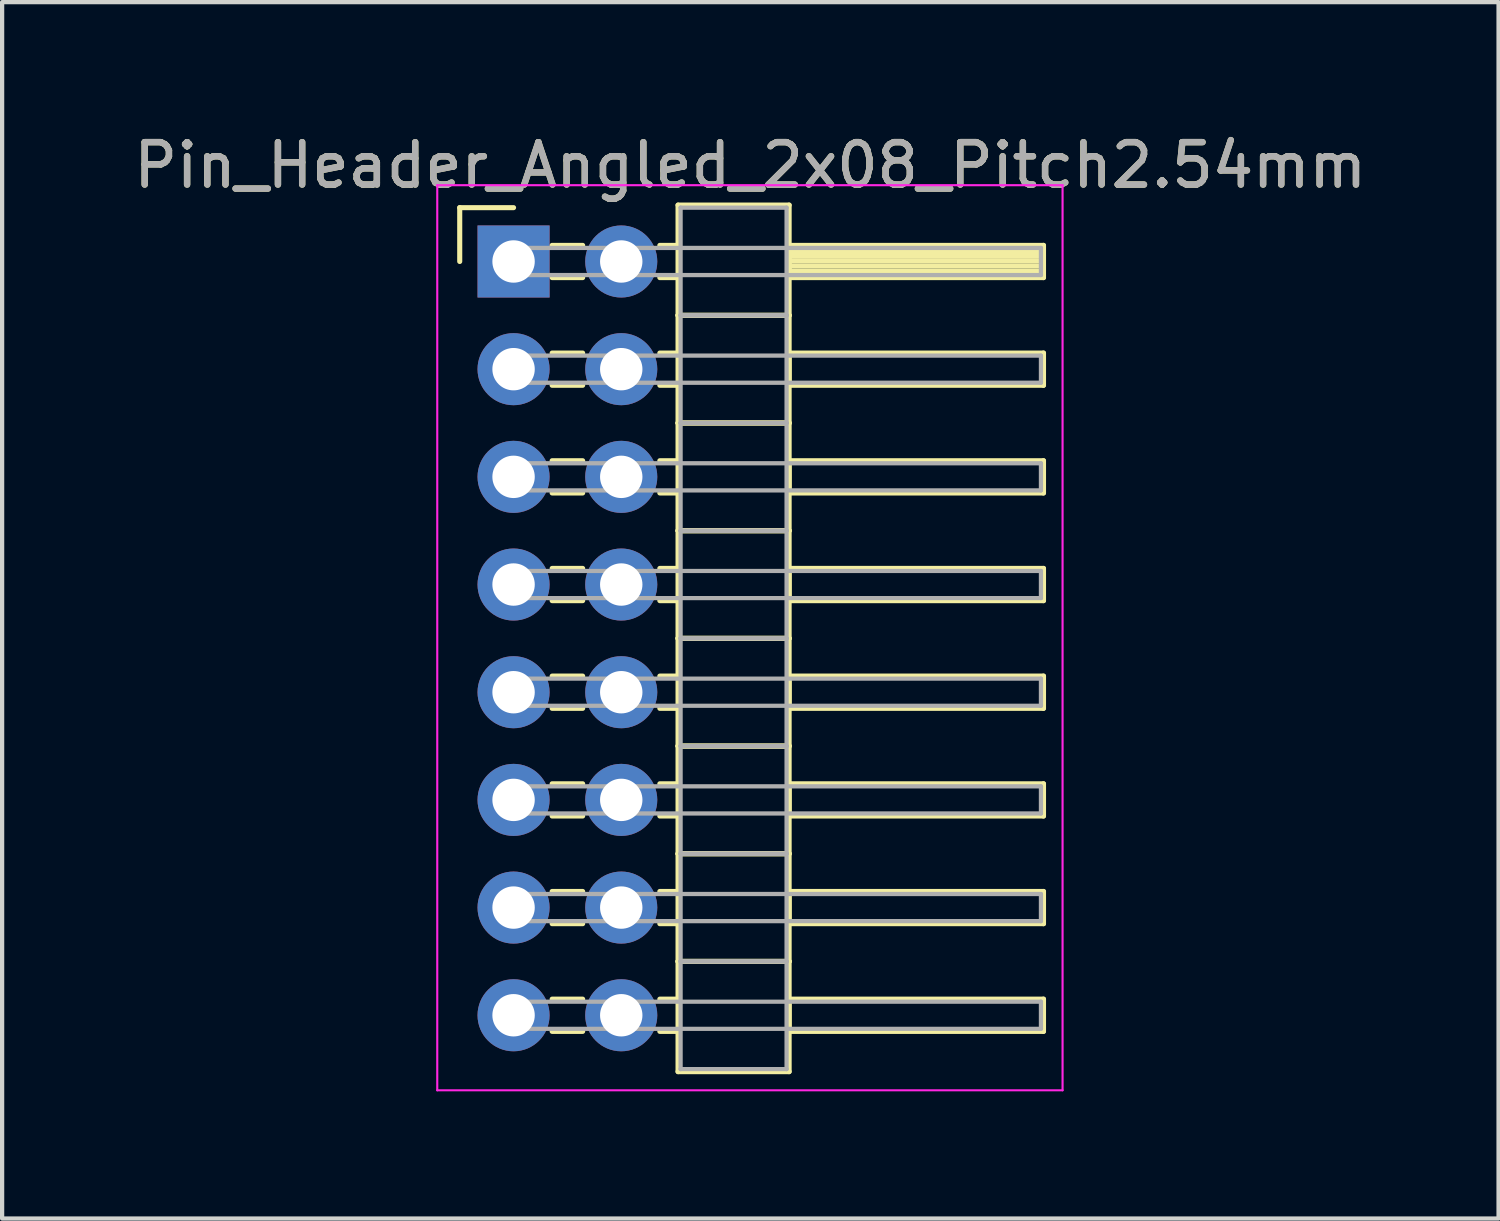
<source format=kicad_pcb>
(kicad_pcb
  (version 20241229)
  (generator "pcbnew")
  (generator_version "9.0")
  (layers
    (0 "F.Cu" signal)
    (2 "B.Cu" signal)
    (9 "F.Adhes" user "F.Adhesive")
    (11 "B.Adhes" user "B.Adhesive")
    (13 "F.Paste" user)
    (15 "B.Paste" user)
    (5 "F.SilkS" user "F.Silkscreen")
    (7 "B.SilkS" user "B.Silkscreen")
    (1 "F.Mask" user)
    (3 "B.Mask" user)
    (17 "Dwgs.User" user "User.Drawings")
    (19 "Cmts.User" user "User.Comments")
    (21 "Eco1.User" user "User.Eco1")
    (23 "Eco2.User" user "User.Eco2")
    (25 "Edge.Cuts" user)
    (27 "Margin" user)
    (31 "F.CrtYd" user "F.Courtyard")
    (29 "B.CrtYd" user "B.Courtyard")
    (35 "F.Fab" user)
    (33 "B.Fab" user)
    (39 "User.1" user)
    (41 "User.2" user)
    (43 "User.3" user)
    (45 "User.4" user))
  (footprint "Pin_Header_Angled_2x08_Pitch2.54mm"
    (layer "F.Cu")
    (at 9.064 3.118)
    (property "Reference" "Pin_Header_Angled_2x08_Pitch2.54mm" (at 5.585 -2.27 0) (layer "F.SilkS") (effects (font (size 1 1) (thickness 0.15))))
    (attr through_hole)
    (fp_line (start -1.27 -1.27) (end 0 -1.27) (stroke (width 0.12) (type solid)) (layer "F.SilkS"))
    (fp_line (start -1.27 0) (end -1.27 -1.27) (stroke (width 0.12) (type solid)) (layer "F.SilkS"))
    (fp_line (start 0.91 -0.38) (end 1.63 -0.38) (stroke (width 0.12) (type solid)) (layer "F.SilkS"))
    (fp_line (start 0.91 0.38) (end 1.63 0.38) (stroke (width 0.12) (type solid)) (layer "F.SilkS"))
    (fp_line (start 0.91 2.16) (end 1.63 2.16) (stroke (width 0.12) (type solid)) (layer "F.SilkS"))
    (fp_line (start 0.91 2.92) (end 1.63 2.92) (stroke (width 0.12) (type solid)) (layer "F.SilkS"))
    (fp_line (start 0.91 4.7) (end 1.63 4.7) (stroke (width 0.12) (type solid)) (layer "F.SilkS"))
    (fp_line (start 0.91 5.46) (end 1.63 5.46) (stroke (width 0.12) (type solid)) (layer "F.SilkS"))
    (fp_line (start 0.91 7.24) (end 1.63 7.24) (stroke (width 0.12) (type solid)) (layer "F.SilkS"))
    (fp_line (start 0.91 8) (end 1.63 8) (stroke (width 0.12) (type solid)) (layer "F.SilkS"))
    (fp_line (start 0.91 9.78) (end 1.63 9.78) (stroke (width 0.12) (type solid)) (layer "F.SilkS"))
    (fp_line (start 0.91 10.54) (end 1.63 10.54) (stroke (width 0.12) (type solid)) (layer "F.SilkS"))
    (fp_line (start 0.91 12.32) (end 1.63 12.32) (stroke (width 0.12) (type solid)) (layer "F.SilkS"))
    (fp_line (start 0.91 13.08) (end 1.63 13.08) (stroke (width 0.12) (type solid)) (layer "F.SilkS"))
    (fp_line (start 0.91 14.86) (end 1.63 14.86) (stroke (width 0.12) (type solid)) (layer "F.SilkS"))
    (fp_line (start 0.91 15.62) (end 1.63 15.62) (stroke (width 0.12) (type solid)) (layer "F.SilkS"))
    (fp_line (start 0.91 17.4) (end 1.63 17.4) (stroke (width 0.12) (type solid)) (layer "F.SilkS"))
    (fp_line (start 0.91 18.16) (end 1.63 18.16) (stroke (width 0.12) (type solid)) (layer "F.SilkS"))
    (fp_line (start 3.45 -0.38) (end 3.88 -0.38) (stroke (width 0.12) (type solid)) (layer "F.SilkS"))
    (fp_line (start 3.45 0.38) (end 3.88 0.38) (stroke (width 0.12) (type solid)) (layer "F.SilkS"))
    (fp_line (start 3.45 2.16) (end 3.88 2.16) (stroke (width 0.12) (type solid)) (layer "F.SilkS"))
    (fp_line (start 3.45 2.92) (end 3.88 2.92) (stroke (width 0.12) (type solid)) (layer "F.SilkS"))
    (fp_line (start 3.45 4.7) (end 3.88 4.7) (stroke (width 0.12) (type solid)) (layer "F.SilkS"))
    (fp_line (start 3.45 5.46) (end 3.88 5.46) (stroke (width 0.12) (type solid)) (layer "F.SilkS"))
    (fp_line (start 3.45 7.24) (end 3.88 7.24) (stroke (width 0.12) (type solid)) (layer "F.SilkS"))
    (fp_line (start 3.45 8) (end 3.88 8) (stroke (width 0.12) (type solid)) (layer "F.SilkS"))
    (fp_line (start 3.45 9.78) (end 3.88 9.78) (stroke (width 0.12) (type solid)) (layer "F.SilkS"))
    (fp_line (start 3.45 10.54) (end 3.88 10.54) (stroke (width 0.12) (type solid)) (layer "F.SilkS"))
    (fp_line (start 3.45 12.32) (end 3.88 12.32) (stroke (width 0.12) (type solid)) (layer "F.SilkS"))
    (fp_line (start 3.45 13.08) (end 3.88 13.08) (stroke (width 0.12) (type solid)) (layer "F.SilkS"))
    (fp_line (start 3.45 14.86) (end 3.88 14.86) (stroke (width 0.12) (type solid)) (layer "F.SilkS"))
    (fp_line (start 3.45 15.62) (end 3.88 15.62) (stroke (width 0.12) (type solid)) (layer "F.SilkS"))
    (fp_line (start 3.45 17.4) (end 3.88 17.4) (stroke (width 0.12) (type solid)) (layer "F.SilkS"))
    (fp_line (start 3.45 18.16) (end 3.88 18.16) (stroke (width 0.12) (type solid)) (layer "F.SilkS"))
    (fp_line (start 3.88 -1.33) (end 3.88 1.27) (stroke (width 0.12) (type solid)) (layer "F.SilkS"))
    (fp_line (start 3.88 1.27) (end 3.88 3.81) (stroke (width 0.12) (type solid)) (layer "F.SilkS"))
    (fp_line (start 3.88 1.27) (end 6.5 1.27) (stroke (width 0.12) (type solid)) (layer "F.SilkS"))
    (fp_line (start 3.88 3.81) (end 3.88 6.35) (stroke (width 0.12) (type solid)) (layer "F.SilkS"))
    (fp_line (start 3.88 3.81) (end 6.5 3.81) (stroke (width 0.12) (type solid)) (layer "F.SilkS"))
    (fp_line (start 3.88 6.35) (end 3.88 8.89) (stroke (width 0.12) (type solid)) (layer "F.SilkS"))
    (fp_line (start 3.88 6.35) (end 6.5 6.35) (stroke (width 0.12) (type solid)) (layer "F.SilkS"))
    (fp_line (start 3.88 8.89) (end 3.88 11.43) (stroke (width 0.12) (type solid)) (layer "F.SilkS"))
    (fp_line (start 3.88 8.89) (end 6.5 8.89) (stroke (width 0.12) (type solid)) (layer "F.SilkS"))
    (fp_line (start 3.88 11.43) (end 3.88 13.97) (stroke (width 0.12) (type solid)) (layer "F.SilkS"))
    (fp_line (start 3.88 11.43) (end 6.5 11.43) (stroke (width 0.12) (type solid)) (layer "F.SilkS"))
    (fp_line (start 3.88 13.97) (end 3.88 16.51) (stroke (width 0.12) (type solid)) (layer "F.SilkS"))
    (fp_line (start 3.88 13.97) (end 6.5 13.97) (stroke (width 0.12) (type solid)) (layer "F.SilkS"))
    (fp_line (start 3.88 16.51) (end 3.88 19.11) (stroke (width 0.12) (type solid)) (layer "F.SilkS"))
    (fp_line (start 3.88 16.51) (end 6.5 16.51) (stroke (width 0.12) (type solid)) (layer "F.SilkS"))
    (fp_line (start 3.88 19.11) (end 6.5 19.11) (stroke (width 0.12) (type solid)) (layer "F.SilkS"))
    (fp_line (start 6.5 -1.33) (end 3.88 -1.33) (stroke (width 0.12) (type solid)) (layer "F.SilkS"))
    (fp_line (start 6.5 -0.38) (end 6.5 0.38) (stroke (width 0.12) (type solid)) (layer "F.SilkS"))
    (fp_line (start 6.5 -0.26) (end 12.5 -0.26) (stroke (width 0.12) (type solid)) (layer "F.SilkS"))
    (fp_line (start 6.5 -0.14) (end 12.5 -0.14) (stroke (width 0.12) (type solid)) (layer "F.SilkS"))
    (fp_line (start 6.5 -0.02) (end 12.5 -0.02) (stroke (width 0.12) (type solid)) (layer "F.SilkS"))
    (fp_line (start 6.5 0.1) (end 12.5 0.1) (stroke (width 0.12) (type solid)) (layer "F.SilkS"))
    (fp_line (start 6.5 0.22) (end 12.5 0.22) (stroke (width 0.12) (type solid)) (layer "F.SilkS"))
    (fp_line (start 6.5 0.34) (end 12.5 0.34) (stroke (width 0.12) (type solid)) (layer "F.SilkS"))
    (fp_line (start 6.5 0.38) (end 12.5 0.38) (stroke (width 0.12) (type solid)) (layer "F.SilkS"))
    (fp_line (start 6.5 1.27) (end 3.88 1.27) (stroke (width 0.12) (type solid)) (layer "F.SilkS"))
    (fp_line (start 6.5 1.27) (end 6.5 -1.33) (stroke (width 0.12) (type solid)) (layer "F.SilkS"))
    (fp_line (start 6.5 2.16) (end 6.5 2.92) (stroke (width 0.12) (type solid)) (layer "F.SilkS"))
    (fp_line (start 6.5 2.92) (end 12.5 2.92) (stroke (width 0.12) (type solid)) (layer "F.SilkS"))
    (fp_line (start 6.5 3.81) (end 3.88 3.81) (stroke (width 0.12) (type solid)) (layer "F.SilkS"))
    (fp_line (start 6.5 3.81) (end 6.5 1.27) (stroke (width 0.12) (type solid)) (layer "F.SilkS"))
    (fp_line (start 6.5 4.7) (end 6.5 5.46) (stroke (width 0.12) (type solid)) (layer "F.SilkS"))
    (fp_line (start 6.5 5.46) (end 12.5 5.46) (stroke (width 0.12) (type solid)) (layer "F.SilkS"))
    (fp_line (start 6.5 6.35) (end 3.88 6.35) (stroke (width 0.12) (type solid)) (layer "F.SilkS"))
    (fp_line (start 6.5 6.35) (end 6.5 3.81) (stroke (width 0.12) (type solid)) (layer "F.SilkS"))
    (fp_line (start 6.5 7.24) (end 6.5 8) (stroke (width 0.12) (type solid)) (layer "F.SilkS"))
    (fp_line (start 6.5 8) (end 12.5 8) (stroke (width 0.12) (type solid)) (layer "F.SilkS"))
    (fp_line (start 6.5 8.89) (end 3.88 8.89) (stroke (width 0.12) (type solid)) (layer "F.SilkS"))
    (fp_line (start 6.5 8.89) (end 6.5 6.35) (stroke (width 0.12) (type solid)) (layer "F.SilkS"))
    (fp_line (start 6.5 9.78) (end 6.5 10.54) (stroke (width 0.12) (type solid)) (layer "F.SilkS"))
    (fp_line (start 6.5 10.54) (end 12.5 10.54) (stroke (width 0.12) (type solid)) (layer "F.SilkS"))
    (fp_line (start 6.5 11.43) (end 3.88 11.43) (stroke (width 0.12) (type solid)) (layer "F.SilkS"))
    (fp_line (start 6.5 11.43) (end 6.5 8.89) (stroke (width 0.12) (type solid)) (layer "F.SilkS"))
    (fp_line (start 6.5 12.32) (end 6.5 13.08) (stroke (width 0.12) (type solid)) (layer "F.SilkS"))
    (fp_line (start 6.5 13.08) (end 12.5 13.08) (stroke (width 0.12) (type solid)) (layer "F.SilkS"))
    (fp_line (start 6.5 13.97) (end 3.88 13.97) (stroke (width 0.12) (type solid)) (layer "F.SilkS"))
    (fp_line (start 6.5 13.97) (end 6.5 11.43) (stroke (width 0.12) (type solid)) (layer "F.SilkS"))
    (fp_line (start 6.5 14.86) (end 6.5 15.62) (stroke (width 0.12) (type solid)) (layer "F.SilkS"))
    (fp_line (start 6.5 15.62) (end 12.5 15.62) (stroke (width 0.12) (type solid)) (layer "F.SilkS"))
    (fp_line (start 6.5 16.51) (end 3.88 16.51) (stroke (width 0.12) (type solid)) (layer "F.SilkS"))
    (fp_line (start 6.5 16.51) (end 6.5 13.97) (stroke (width 0.12) (type solid)) (layer "F.SilkS"))
    (fp_line (start 6.5 17.4) (end 6.5 18.16) (stroke (width 0.12) (type solid)) (layer "F.SilkS"))
    (fp_line (start 6.5 18.16) (end 12.5 18.16) (stroke (width 0.12) (type solid)) (layer "F.SilkS"))
    (fp_line (start 6.5 19.11) (end 6.5 16.51) (stroke (width 0.12) (type solid)) (layer "F.SilkS"))
    (fp_line (start 12.5 -0.38) (end 6.5 -0.38) (stroke (width 0.12) (type solid)) (layer "F.SilkS"))
    (fp_line (start 12.5 0.38) (end 12.5 -0.38) (stroke (width 0.12) (type solid)) (layer "F.SilkS"))
    (fp_line (start 12.5 2.16) (end 6.5 2.16) (stroke (width 0.12) (type solid)) (layer "F.SilkS"))
    (fp_line (start 12.5 2.92) (end 12.5 2.16) (stroke (width 0.12) (type solid)) (layer "F.SilkS"))
    (fp_line (start 12.5 4.7) (end 6.5 4.7) (stroke (width 0.12) (type solid)) (layer "F.SilkS"))
    (fp_line (start 12.5 5.46) (end 12.5 4.7) (stroke (width 0.12) (type solid)) (layer "F.SilkS"))
    (fp_line (start 12.5 7.24) (end 6.5 7.24) (stroke (width 0.12) (type solid)) (layer "F.SilkS"))
    (fp_line (start 12.5 8) (end 12.5 7.24) (stroke (width 0.12) (type solid)) (layer "F.SilkS"))
    (fp_line (start 12.5 9.78) (end 6.5 9.78) (stroke (width 0.12) (type solid)) (layer "F.SilkS"))
    (fp_line (start 12.5 10.54) (end 12.5 9.78) (stroke (width 0.12) (type solid)) (layer "F.SilkS"))
    (fp_line (start 12.5 12.32) (end 6.5 12.32) (stroke (width 0.12) (type solid)) (layer "F.SilkS"))
    (fp_line (start 12.5 13.08) (end 12.5 12.32) (stroke (width 0.12) (type solid)) (layer "F.SilkS"))
    (fp_line (start 12.5 14.86) (end 6.5 14.86) (stroke (width 0.12) (type solid)) (layer "F.SilkS"))
    (fp_line (start 12.5 15.62) (end 12.5 14.86) (stroke (width 0.12) (type solid)) (layer "F.SilkS"))
    (fp_line (start 12.5 17.4) (end 6.5 17.4) (stroke (width 0.12) (type solid)) (layer "F.SilkS"))
    (fp_line (start 12.5 18.16) (end 12.5 17.4) (stroke (width 0.12) (type solid)) (layer "F.SilkS"))
    (fp_line (start -1.8 -1.8) (end -1.8 19.55) (stroke (width 0.05) (type solid)) (layer "F.CrtYd"))
    (fp_line (start -1.8 19.55) (end 12.95 19.55) (stroke (width 0.05) (type solid)) (layer "F.CrtYd"))
    (fp_line (start 12.95 -1.8) (end -1.8 -1.8) (stroke (width 0.05) (type solid)) (layer "F.CrtYd"))
    (fp_line (start 12.95 19.55) (end 12.95 -1.8) (stroke (width 0.05) (type solid)) (layer "F.CrtYd"))
    (fp_line (start 0 -0.32) (end 0 0.32) (stroke (width 0.1) (type solid)) (layer "F.Fab"))
    (fp_line (start 0 0.32) (end 12.44 0.32) (stroke (width 0.1) (type solid)) (layer "F.Fab"))
    (fp_line (start 0 2.22) (end 0 2.86) (stroke (width 0.1) (type solid)) (layer "F.Fab"))
    (fp_line (start 0 2.86) (end 12.44 2.86) (stroke (width 0.1) (type solid)) (layer "F.Fab"))
    (fp_line (start 0 4.76) (end 0 5.4) (stroke (width 0.1) (type solid)) (layer "F.Fab"))
    (fp_line (start 0 5.4) (end 12.44 5.4) (stroke (width 0.1) (type solid)) (layer "F.Fab"))
    (fp_line (start 0 7.3) (end 0 7.94) (stroke (width 0.1) (type solid)) (layer "F.Fab"))
    (fp_line (start 0 7.94) (end 12.44 7.94) (stroke (width 0.1) (type solid)) (layer "F.Fab"))
    (fp_line (start 0 9.84) (end 0 10.48) (stroke (width 0.1) (type solid)) (layer "F.Fab"))
    (fp_line (start 0 10.48) (end 12.44 10.48) (stroke (width 0.1) (type solid)) (layer "F.Fab"))
    (fp_line (start 0 12.38) (end 0 13.02) (stroke (width 0.1) (type solid)) (layer "F.Fab"))
    (fp_line (start 0 13.02) (end 12.44 13.02) (stroke (width 0.1) (type solid)) (layer "F.Fab"))
    (fp_line (start 0 14.92) (end 0 15.56) (stroke (width 0.1) (type solid)) (layer "F.Fab"))
    (fp_line (start 0 15.56) (end 12.44 15.56) (stroke (width 0.1) (type solid)) (layer "F.Fab"))
    (fp_line (start 0 17.46) (end 0 18.1) (stroke (width 0.1) (type solid)) (layer "F.Fab"))
    (fp_line (start 0 18.1) (end 12.44 18.1) (stroke (width 0.1) (type solid)) (layer "F.Fab"))
    (fp_line (start 3.94 -1.27) (end 3.94 1.27) (stroke (width 0.1) (type solid)) (layer "F.Fab"))
    (fp_line (start 3.94 1.27) (end 3.94 3.81) (stroke (width 0.1) (type solid)) (layer "F.Fab"))
    (fp_line (start 3.94 1.27) (end 6.44 1.27) (stroke (width 0.1) (type solid)) (layer "F.Fab"))
    (fp_line (start 3.94 3.81) (end 3.94 6.35) (stroke (width 0.1) (type solid)) (layer "F.Fab"))
    (fp_line (start 3.94 3.81) (end 6.44 3.81) (stroke (width 0.1) (type solid)) (layer "F.Fab"))
    (fp_line (start 3.94 6.35) (end 3.94 8.89) (stroke (width 0.1) (type solid)) (layer "F.Fab"))
    (fp_line (start 3.94 6.35) (end 6.44 6.35) (stroke (width 0.1) (type solid)) (layer "F.Fab"))
    (fp_line (start 3.94 8.89) (end 3.94 11.43) (stroke (width 0.1) (type solid)) (layer "F.Fab"))
    (fp_line (start 3.94 8.89) (end 6.44 8.89) (stroke (width 0.1) (type solid)) (layer "F.Fab"))
    (fp_line (start 3.94 11.43) (end 3.94 13.97) (stroke (width 0.1) (type solid)) (layer "F.Fab"))
    (fp_line (start 3.94 11.43) (end 6.44 11.43) (stroke (width 0.1) (type solid)) (layer "F.Fab"))
    (fp_line (start 3.94 13.97) (end 3.94 16.51) (stroke (width 0.1) (type solid)) (layer "F.Fab"))
    (fp_line (start 3.94 13.97) (end 6.44 13.97) (stroke (width 0.1) (type solid)) (layer "F.Fab"))
    (fp_line (start 3.94 16.51) (end 3.94 19.05) (stroke (width 0.1) (type solid)) (layer "F.Fab"))
    (fp_line (start 3.94 16.51) (end 6.44 16.51) (stroke (width 0.1) (type solid)) (layer "F.Fab"))
    (fp_line (start 3.94 19.05) (end 6.44 19.05) (stroke (width 0.1) (type solid)) (layer "F.Fab"))
    (fp_line (start 6.44 -1.27) (end 3.94 -1.27) (stroke (width 0.1) (type solid)) (layer "F.Fab"))
    (fp_line (start 6.44 1.27) (end 3.94 1.27) (stroke (width 0.1) (type solid)) (layer "F.Fab"))
    (fp_line (start 6.44 1.27) (end 6.44 -1.27) (stroke (width 0.1) (type solid)) (layer "F.Fab"))
    (fp_line (start 6.44 3.81) (end 3.94 3.81) (stroke (width 0.1) (type solid)) (layer "F.Fab"))
    (fp_line (start 6.44 3.81) (end 6.44 1.27) (stroke (width 0.1) (type solid)) (layer "F.Fab"))
    (fp_line (start 6.44 6.35) (end 3.94 6.35) (stroke (width 0.1) (type solid)) (layer "F.Fab"))
    (fp_line (start 6.44 6.35) (end 6.44 3.81) (stroke (width 0.1) (type solid)) (layer "F.Fab"))
    (fp_line (start 6.44 8.89) (end 3.94 8.89) (stroke (width 0.1) (type solid)) (layer "F.Fab"))
    (fp_line (start 6.44 8.89) (end 6.44 6.35) (stroke (width 0.1) (type solid)) (layer "F.Fab"))
    (fp_line (start 6.44 11.43) (end 3.94 11.43) (stroke (width 0.1) (type solid)) (layer "F.Fab"))
    (fp_line (start 6.44 11.43) (end 6.44 8.89) (stroke (width 0.1) (type solid)) (layer "F.Fab"))
    (fp_line (start 6.44 13.97) (end 3.94 13.97) (stroke (width 0.1) (type solid)) (layer "F.Fab"))
    (fp_line (start 6.44 13.97) (end 6.44 11.43) (stroke (width 0.1) (type solid)) (layer "F.Fab"))
    (fp_line (start 6.44 16.51) (end 3.94 16.51) (stroke (width 0.1) (type solid)) (layer "F.Fab"))
    (fp_line (start 6.44 16.51) (end 6.44 13.97) (stroke (width 0.1) (type solid)) (layer "F.Fab"))
    (fp_line (start 6.44 19.05) (end 6.44 16.51) (stroke (width 0.1) (type solid)) (layer "F.Fab"))
    (fp_line (start 12.44 -0.32) (end 0 -0.32) (stroke (width 0.1) (type solid)) (layer "F.Fab"))
    (fp_line (start 12.44 0.32) (end 12.44 -0.32) (stroke (width 0.1) (type solid)) (layer "F.Fab"))
    (fp_line (start 12.44 2.22) (end 0 2.22) (stroke (width 0.1) (type solid)) (layer "F.Fab"))
    (fp_line (start 12.44 2.86) (end 12.44 2.22) (stroke (width 0.1) (type solid)) (layer "F.Fab"))
    (fp_line (start 12.44 4.76) (end 0 4.76) (stroke (width 0.1) (type solid)) (layer "F.Fab"))
    (fp_line (start 12.44 5.4) (end 12.44 4.76) (stroke (width 0.1) (type solid)) (layer "F.Fab"))
    (fp_line (start 12.44 7.3) (end 0 7.3) (stroke (width 0.1) (type solid)) (layer "F.Fab"))
    (fp_line (start 12.44 7.94) (end 12.44 7.3) (stroke (width 0.1) (type solid)) (layer "F.Fab"))
    (fp_line (start 12.44 9.84) (end 0 9.84) (stroke (width 0.1) (type solid)) (layer "F.Fab"))
    (fp_line (start 12.44 10.48) (end 12.44 9.84) (stroke (width 0.1) (type solid)) (layer "F.Fab"))
    (fp_line (start 12.44 12.38) (end 0 12.38) (stroke (width 0.1) (type solid)) (layer "F.Fab"))
    (fp_line (start 12.44 13.02) (end 12.44 12.38) (stroke (width 0.1) (type solid)) (layer "F.Fab"))
    (fp_line (start 12.44 14.92) (end 0 14.92) (stroke (width 0.1) (type solid)) (layer "F.Fab"))
    (fp_line (start 12.44 15.56) (end 12.44 14.92) (stroke (width 0.1) (type solid)) (layer "F.Fab"))
    (fp_line (start 12.44 17.46) (end 0 17.46) (stroke (width 0.1) (type solid)) (layer "F.Fab"))
    (fp_line (start 12.44 18.1) (end 12.44 17.46) (stroke (width 0.1) (type solid)) (layer "F.Fab"))
    (fp_text user "${REFERENCE}" (at 5.585 -2.27 0) (layer "F.Fab") (effects (font (size 1 1) (thickness 0.15))))
    (pad "1" thru_hole rect (at 0 0) (size 1.7 1.7) (drill 1) (layers "*.Cu" "*.Mask"))
    (pad "2" thru_hole oval (at 2.54 0) (size 1.7 1.7) (drill 1) (layers "*.Cu" "*.Mask"))
    (pad "3" thru_hole oval (at 0 2.54) (size 1.7 1.7) (drill 1) (layers "*.Cu" "*.Mask"))
    (pad "4" thru_hole oval (at 2.54 2.54) (size 1.7 1.7) (drill 1) (layers "*.Cu" "*.Mask"))
    (pad "5" thru_hole oval (at 0 5.08) (size 1.7 1.7) (drill 1) (layers "*.Cu" "*.Mask"))
    (pad "6" thru_hole oval (at 2.54 5.08) (size 1.7 1.7) (drill 1) (layers "*.Cu" "*.Mask"))
    (pad "7" thru_hole oval (at 0 7.62) (size 1.7 1.7) (drill 1) (layers "*.Cu" "*.Mask"))
    (pad "8" thru_hole oval (at 2.54 7.62) (size 1.7 1.7) (drill 1) (layers "*.Cu" "*.Mask"))
    (pad "9" thru_hole oval (at 0 10.16) (size 1.7 1.7) (drill 1) (layers "*.Cu" "*.Mask"))
    (pad "10" thru_hole oval (at 2.54 10.16) (size 1.7 1.7) (drill 1) (layers "*.Cu" "*.Mask"))
    (pad "11" thru_hole oval (at 0 12.7) (size 1.7 1.7) (drill 1) (layers "*.Cu" "*.Mask"))
    (pad "12" thru_hole oval (at 2.54 12.7) (size 1.7 1.7) (drill 1) (layers "*.Cu" "*.Mask"))
    (pad "13" thru_hole oval (at 0 15.24) (size 1.7 1.7) (drill 1) (layers "*.Cu" "*.Mask"))
    (pad "14" thru_hole oval (at 2.54 15.24) (size 1.7 1.7) (drill 1) (layers "*.Cu" "*.Mask"))
    (pad "15" thru_hole oval (at 0 17.78) (size 1.7 1.7) (drill 1) (layers "*.Cu" "*.Mask"))
    (pad "16" thru_hole oval (at 2.54 17.78) (size 1.7 1.7) (drill 1) (layers "*.Cu" "*.Mask")))
  (gr_rect
    (start -3 -3)
    (end 32.298 25.693)
    (stroke (width 0.1) (type default))
    (fill no)
    (layer "Edge.Cuts")))
</source>
